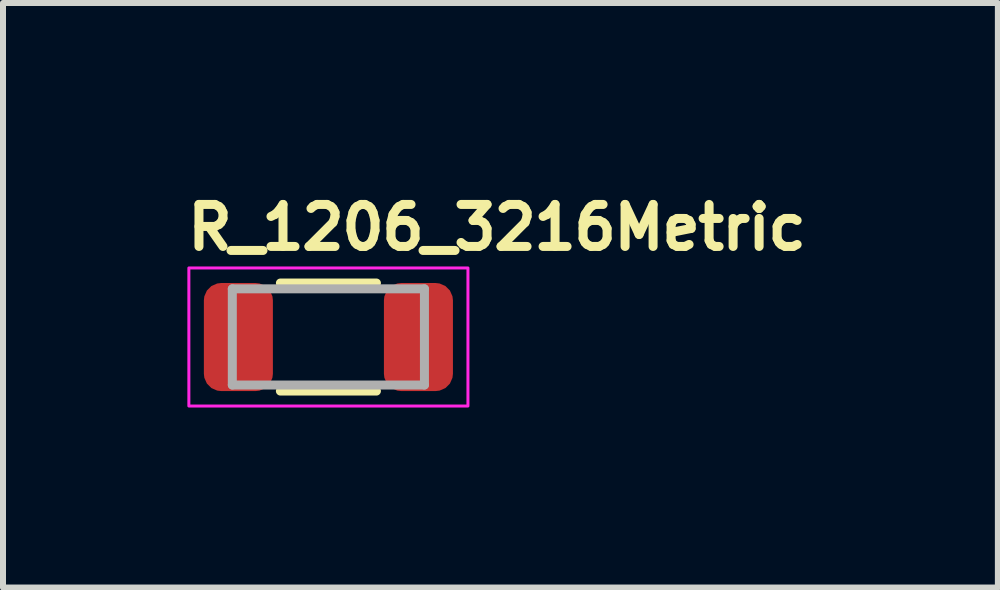
<source format=kicad_pcb>
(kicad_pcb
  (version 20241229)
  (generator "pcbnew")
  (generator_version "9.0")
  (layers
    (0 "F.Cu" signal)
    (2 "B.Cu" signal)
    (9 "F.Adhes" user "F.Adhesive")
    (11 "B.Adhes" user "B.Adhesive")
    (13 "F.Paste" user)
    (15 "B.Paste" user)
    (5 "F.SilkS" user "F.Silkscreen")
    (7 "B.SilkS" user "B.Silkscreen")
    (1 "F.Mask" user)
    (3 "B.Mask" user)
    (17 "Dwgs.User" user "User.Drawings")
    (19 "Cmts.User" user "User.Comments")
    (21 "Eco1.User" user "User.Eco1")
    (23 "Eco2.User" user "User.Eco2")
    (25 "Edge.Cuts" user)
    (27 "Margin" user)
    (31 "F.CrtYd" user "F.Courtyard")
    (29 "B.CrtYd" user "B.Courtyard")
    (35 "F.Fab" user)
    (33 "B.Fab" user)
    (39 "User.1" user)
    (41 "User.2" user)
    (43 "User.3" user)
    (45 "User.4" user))
  (footprint "R_1206_3216Metric"
    (layer "F.Cu")
    (at 2.422 2.565)
    (property "Reference" "R_1206_3216Metric" (at -2.422 -1.415 0) (layer "F.SilkS") (effects (font (size 0.7 0.7) (thickness 0.15)) (justify left bottom)))
    (attr smd)
    (fp_line (start 0.8 -0.899) (end -0.8 -0.899) (stroke (width 0.15) (type solid)) (layer "F.SilkS"))
    (fp_line (start 0.8 0.901) (end -0.8 0.901) (stroke (width 0.15) (type solid)) (layer "F.SilkS"))
    (fp_rect (start -2.325 -1.15) (end 2.325 1.15) (stroke (width 0.05) (type default)) (fill no) (layer "F.CrtYd"))
    (fp_line (start -1.601 -0.802) (end -1.601 0.8) (stroke (width 0.15) (type solid)) (layer "F.Fab"))
    (fp_line (start -1.601 -0.802) (end 1.6 -0.802) (stroke (width 0.15) (type solid)) (layer "F.Fab"))
    (fp_line (start -1.601 0.8) (end 1.6 0.8) (stroke (width 0.15) (type solid)) (layer "F.Fab"))
    (fp_line (start 1.6 -0.802) (end 1.6 0.8) (stroke (width 0.15) (type solid)) (layer "F.Fab"))
    (fp_rect (start -1.601 -0.802) (end 1.6 0.8) (stroke (width 0.1) (type solid)) (fill no) (layer "User.5"))
    (fp_line (start -1.601 -0.802) (end -1.401 -0.802) (stroke (width 0.02) (type solid)) (layer "User.9"))
    (fp_line (start -1.601 0.8) (end -1.601 -0.802) (stroke (width 0.02) (type solid)) (layer "User.9"))
    (fp_line (start -1.601 0.8) (end -1.401 0.8) (stroke (width 0.02) (type solid)) (layer "User.9"))
    (fp_line (start -1.401 0.8) (end -1.101 0.8) (stroke (width 0.02) (type solid)) (layer "User.9"))
    (fp_line (start -1.101 -0.802) (end -1.401 -0.802) (stroke (width 0.02) (type solid)) (layer "User.9"))
    (fp_line (start -1.101 -0.802) (end -1.101 0.8) (stroke (width 0.02) (type solid)) (layer "User.9"))
    (fp_line (start -1.101 0.65) (end -1.101 -0.652) (stroke (width 0.02) (type solid)) (layer "User.9"))
    (fp_line (start 1.1 -0.802) (end -1.101 -0.802) (stroke (width 0.02) (type solid)) (layer "User.9"))
    (fp_line (start 1.1 -0.802) (end 1.1 0.8) (stroke (width 0.02) (type solid)) (layer "User.9"))
    (fp_line (start 1.1 0.65) (end 1.1 -0.652) (stroke (width 0.02) (type solid)) (layer "User.9"))
    (fp_line (start 1.1 0.8) (end -1.101 0.8) (stroke (width 0.02) (type solid)) (layer "User.9"))
    (fp_line (start 1.1 0.8) (end 1.398 0.8) (stroke (width 0.02) (type solid)) (layer "User.9"))
    (fp_line (start 1.398 -0.802) (end 1.1 -0.802) (stroke (width 0.02) (type solid)) (layer "User.9"))
    (fp_line (start 1.6 -0.802) (end 1.398 -0.802) (stroke (width 0.02) (type solid)) (layer "User.9"))
    (fp_line (start 1.6 0.8) (end 1.398 0.8) (stroke (width 0.02) (type solid)) (layer "User.9"))
    (fp_line (start 1.6 0.8) (end 1.6 -0.802) (stroke (width 0.02) (type solid)) (layer "User.9"))
    (pad "1" smd roundrect (at -1.5 0.001) (size 1.15 1.8) (layers "F.Cu" "F.Mask" "F.Paste") (roundrect_rratio 0.25))
    (pad "2" smd roundrect (at 1.5 0.001) (size 1.15 1.8) (layers "F.Cu" "F.Mask" "F.Paste") (roundrect_rratio 0.25)))
  (gr_rect
    (start -3 -3)
    (end 13.577 6.74)
    (stroke (width 0.1) (type default))
    (fill no)
    (layer "Edge.Cuts")))
</source>
